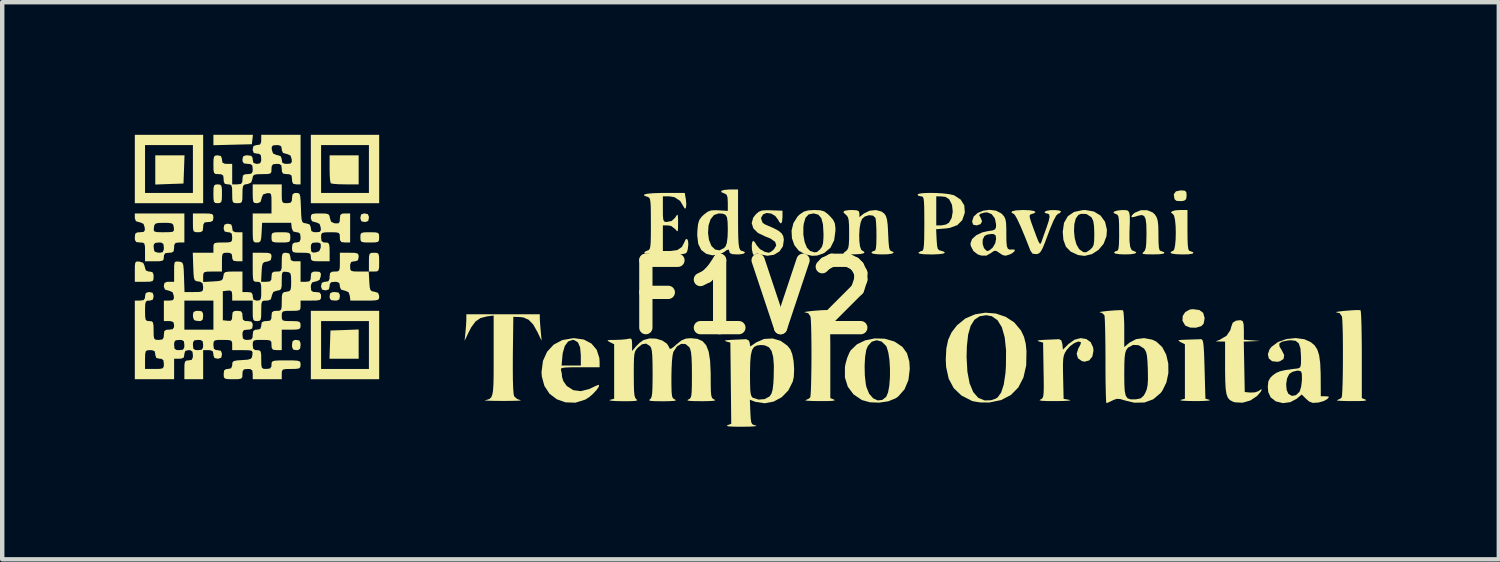
<source format=kicad_pcb>
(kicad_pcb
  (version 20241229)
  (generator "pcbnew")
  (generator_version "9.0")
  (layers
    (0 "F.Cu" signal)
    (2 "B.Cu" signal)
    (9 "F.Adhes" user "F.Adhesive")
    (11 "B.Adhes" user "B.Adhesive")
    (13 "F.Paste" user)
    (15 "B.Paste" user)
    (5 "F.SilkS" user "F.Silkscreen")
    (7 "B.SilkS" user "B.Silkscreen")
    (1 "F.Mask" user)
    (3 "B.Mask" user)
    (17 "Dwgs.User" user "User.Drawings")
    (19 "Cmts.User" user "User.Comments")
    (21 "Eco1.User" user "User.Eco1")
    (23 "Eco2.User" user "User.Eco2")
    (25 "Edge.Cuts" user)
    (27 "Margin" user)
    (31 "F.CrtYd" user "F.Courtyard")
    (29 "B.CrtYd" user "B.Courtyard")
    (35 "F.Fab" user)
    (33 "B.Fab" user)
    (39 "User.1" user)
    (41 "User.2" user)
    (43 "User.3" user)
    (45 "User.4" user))
  (footprint "F1V2"
    (layer "F.Cu")
    (at 13.956 3.673)
    (property "Reference" "F1V2" (at 0 0 0) (layer "F.SilkS") (effects (font (size 1.524 1.524) (thickness 0.3))))
    (attr board_only exclude_from_pos_files exclude_from_bom)
    (fp_poly (pts (xy -8.892 1.392) (xy -9.552 1.392) (xy -9.53 0.754) (xy -9.211 0.743) (xy -8.892 0.731)) (stroke (width 0) (type solid)) (fill yes) (layer "F.SilkS"))
    (fp_poly (pts (xy -12.843 -2.89) (xy -12.855 -2.571) (xy -13.174 -2.56) (xy -13.493 -2.548) (xy -13.493 -3.209) (xy -12.832 -3.209)) (stroke (width 0) (type solid)) (fill yes) (layer "F.SilkS"))
    (fp_poly (pts (xy -11.296 -3.566) (xy -11.308 -3.46) (xy -11.743 -3.449) (xy -12.178 -3.438) (xy -12.178 -3.673) (xy -11.284 -3.673)) (stroke (width 0) (type solid)) (fill yes) (layer "F.SilkS"))
    (fp_poly (pts (xy -12.41 -2.126) (xy -13.956 -2.126) (xy -13.956 -2.358) (xy -13.725 -2.358) (xy -12.642 -2.358) (xy -12.642 -3.441) (xy -13.725 -3.441) (xy -13.725 -2.358) (xy -13.956 -2.358) (xy -13.956 -3.673) (xy -12.41 -3.673)) (stroke (width 0) (type solid)) (fill yes) (layer "F.SilkS"))
    (fp_poly (pts (xy -8.428 -2.126) (xy -9.974 -2.126) (xy -9.974 -2.358) (xy -9.742 -2.358) (xy -8.66 -2.358) (xy -8.66 -3.441) (xy -9.742 -3.441) (xy -9.742 -2.358) (xy -9.974 -2.358) (xy -9.974 -3.673) (xy -8.428 -3.673)) (stroke (width 0) (type solid)) (fill yes) (layer "F.SilkS"))
    (fp_poly (pts (xy -8.428 1.856) (xy -9.974 1.856) (xy -9.974 1.624) (xy -9.742 1.624) (xy -8.66 1.624) (xy -8.66 0.541) (xy -9.742 0.541) (xy -9.742 1.624) (xy -9.974 1.624) (xy -9.974 0.309) (xy -8.428 0.309)) (stroke (width 0) (type solid)) (fill yes) (layer "F.SilkS"))
    (fp_poly (pts (xy 9.795 -2.41) (xy 9.832 -2.377) (xy 9.839 -2.3) (xy 9.829 -2.219) (xy 9.784 -2.183) (xy 9.713 -2.172) (xy 9.606 -2.18) (xy 9.565 -2.218) (xy 9.548 -2.327) (xy 9.597 -2.394) (xy 9.704 -2.416)) (stroke (width 0) (type solid)) (fill yes) (layer "F.SilkS"))
    (fp_poly (pts (xy -10.234 0.979) (xy -10.209 1.032) (xy -10.206 1.082) (xy -10.217 1.165) (xy -10.261 1.196) (xy -10.303 1.198) (xy -10.372 1.186) (xy -10.397 1.133) (xy -10.4 1.082) (xy -10.389 1) (xy -10.345 0.969) (xy -10.303 0.967)) (stroke (width 0) (type solid)) (fill yes) (layer "F.SilkS"))
    (fp_poly (pts (xy -9.35 -0.106) (xy -9.32 -0.061) (xy -9.317 -0.019) (xy -9.33 0.05) (xy -9.383 0.075) (xy -9.433 0.077) (xy -9.516 0.067) (xy -9.546 0.023) (xy -9.549 -0.019) (xy -9.537 -0.088) (xy -9.484 -0.114) (xy -9.433 -0.116)) (stroke (width 0) (type solid)) (fill yes) (layer "F.SilkS"))
    (fp_poly (pts (xy -8.892 -2.552) (xy -9.195 -2.552) (xy -9.341 -2.555) (xy -9.456 -2.563) (xy -9.519 -2.574) (xy -9.523 -2.577) (xy -9.536 -2.626) (xy -9.545 -2.731) (xy -9.549 -2.872) (xy -9.549 -2.906) (xy -9.549 -3.209) (xy -8.892 -3.209)) (stroke (width 0) (type solid)) (fill yes) (layer "F.SilkS"))
    (fp_poly (pts (xy -8.683 -1.878) (xy -8.66 -1.816) (xy -8.66 -1.798) (xy -8.676 -1.724) (xy -8.739 -1.701) (xy -8.757 -1.701) (xy -8.83 -1.717) (xy -8.853 -1.78) (xy -8.853 -1.798) (xy -8.837 -1.871) (xy -8.774 -1.894) (xy -8.757 -1.894)) (stroke (width 0) (type solid)) (fill yes) (layer "F.SilkS"))
    (fp_poly (pts (xy -12.444 0.319) (xy -12.414 0.364) (xy -12.41 0.425) (xy -12.421 0.509) (xy -12.465 0.539) (xy -12.5 0.541) (xy -12.581 0.531) (xy -12.616 0.515) (xy -12.637 0.46) (xy -12.642 0.399) (xy -12.628 0.335) (xy -12.571 0.311) (xy -12.526 0.309)) (stroke (width 0) (type solid)) (fill yes) (layer "F.SilkS"))
    (fp_poly (pts (xy 10.127 0.291) (xy 10.213 0.354) (xy 10.245 0.466) (xy 10.245 0.483) (xy 10.224 0.6) (xy 10.17 0.656) (xy 10.05 0.691) (xy 9.92 0.688) (xy 9.817 0.647) (xy 9.803 0.635) (xy 9.745 0.533) (xy 9.75 0.426) (xy 9.809 0.335) (xy 9.913 0.279) (xy 9.98 0.271)) (stroke (width 0) (type solid)) (fill yes) (layer "F.SilkS"))
    (fp_poly (pts (xy -12.026 -2.546) (xy -11.997 -2.517) (xy -11.986 -2.445) (xy -11.985 -2.339) (xy -11.987 -2.217) (xy -12.001 -2.154) (xy -12.033 -2.13) (xy -12.081 -2.126) (xy -12.137 -2.132) (xy -12.166 -2.161) (xy -12.176 -2.233) (xy -12.178 -2.339) (xy -12.176 -2.461) (xy -12.162 -2.524) (xy -12.13 -2.548) (xy -12.081 -2.552)) (stroke (width 0) (type solid)) (fill yes) (layer "F.SilkS"))
    (fp_poly (pts (xy -8.478 -1.002) (xy -8.443 -0.978) (xy -8.43 -0.916) (xy -8.428 -0.796) (xy -8.428 -0.793) (xy -8.43 -0.671) (xy -8.443 -0.608) (xy -8.477 -0.584) (xy -8.543 -0.58) (xy -8.546 -0.58) (xy -8.66 -0.58) (xy -8.66 -0.793) (xy -8.658 -0.914) (xy -8.645 -0.977) (xy -8.611 -1.001) (xy -8.546 -1.005) (xy -8.544 -1.005)) (stroke (width 0) (type solid)) (fill yes) (layer "F.SilkS"))
    (fp_poly (pts (xy -13.85 -0.805) (xy -13.767 -0.777) (xy -13.734 -0.704) (xy -13.732 -0.686) (xy -13.707 -0.606) (xy -13.644 -0.58) (xy -13.625 -0.58) (xy -13.558 -0.567) (xy -13.533 -0.512) (xy -13.531 -0.464) (xy -13.535 -0.398) (xy -13.558 -0.363) (xy -13.62 -0.35) (xy -13.741 -0.348) (xy -13.956 -0.348) (xy -13.956 -0.582) (xy -13.955 -0.712) (xy -13.945 -0.781) (xy -13.919 -0.807) (xy -13.867 -0.807)) (stroke (width 0) (type solid)) (fill yes) (layer "F.SilkS"))
    (fp_poly (pts (xy -12.281 -1.892) (xy -12.212 -1.881) (xy -12.184 -1.853) (xy -12.178 -1.801) (xy -12.178 -1.798) (xy -12.191 -1.729) (xy -12.244 -1.703) (xy -12.294 -1.701) (xy -12.376 -1.691) (xy -12.406 -1.646) (xy -12.41 -1.585) (xy -12.42 -1.503) (xy -12.465 -1.473) (xy -12.526 -1.469) (xy -12.592 -1.473) (xy -12.627 -1.496) (xy -12.64 -1.558) (xy -12.642 -1.678) (xy -12.642 -1.894) (xy -12.41 -1.894)) (stroke (width 0) (type solid)) (fill yes) (layer "F.SilkS"))
    (fp_poly (pts (xy -10.529 -1.467) (xy -10.466 -1.454) (xy -10.442 -1.42) (xy -10.438 -1.355) (xy -10.438 -1.353) (xy -10.442 -1.287) (xy -10.465 -1.252) (xy -10.528 -1.239) (xy -10.648 -1.237) (xy -10.651 -1.237) (xy -10.773 -1.239) (xy -10.836 -1.252) (xy -10.86 -1.286) (xy -10.864 -1.351) (xy -10.864 -1.353) (xy -10.86 -1.419) (xy -10.837 -1.454) (xy -10.774 -1.467) (xy -10.654 -1.469) (xy -10.651 -1.469)) (stroke (width 0) (type solid)) (fill yes) (layer "F.SilkS"))
    (fp_poly (pts (xy -8.519 -1.467) (xy -8.456 -1.454) (xy -8.432 -1.42) (xy -8.428 -1.355) (xy -8.428 -1.353) (xy -8.432 -1.287) (xy -8.455 -1.252) (xy -8.517 -1.239) (xy -8.637 -1.237) (xy -8.641 -1.237) (xy -8.762 -1.239) (xy -8.825 -1.252) (xy -8.849 -1.286) (xy -8.853 -1.351) (xy -8.853 -1.353) (xy -8.85 -1.419) (xy -8.826 -1.454) (xy -8.764 -1.467) (xy -8.644 -1.469) (xy -8.641 -1.469)) (stroke (width 0) (type solid)) (fill yes) (layer "F.SilkS"))
    (fp_poly (pts (xy 10.183 0.955) (xy 10.201 0.98) (xy 10.215 1.035) (xy 10.225 1.131) (xy 10.234 1.278) (xy 10.241 1.486) (xy 10.245 1.622) (xy 10.264 2.297) (xy 10.361 2.324) (xy 10.365 2.334) (xy 10.302 2.343) (xy 10.185 2.349) (xy 10.032 2.351) (xy 9.873 2.348) (xy 9.758 2.343) (xy 9.699 2.334) (xy 9.704 2.324) (xy 9.8 2.297) (xy 9.8 1.065) (xy 9.704 1.017) (xy 9.658 0.99) (xy 9.659 0.974) (xy 9.717 0.966) (xy 9.842 0.961) (xy 9.849 0.961) (xy 9.988 0.956) (xy 10.103 0.953) (xy 10.158 0.95)) (stroke (width 0) (type solid)) (fill yes) (layer "F.SilkS"))
    (fp_poly (pts (xy 9.858 -1.508) (xy 9.86 -1.306) (xy 9.866 -1.171) (xy 9.877 -1.09) (xy 9.895 -1.051) (xy 9.914 -1.044) (xy 9.98 -1.02) (xy 9.994 -1.005) (xy 9.972 -0.984) (xy 9.88 -0.97) (xy 9.745 -0.967) (xy 9.605 -0.972) (xy 9.508 -0.985) (xy 9.472 -1.005) (xy 9.472 -1.005) (xy 9.503 -1.039) (xy 9.53 -1.044) (xy 9.558 -1.079) (xy 9.578 -1.172) (xy 9.59 -1.304) (xy 9.594 -1.456) (xy 9.59 -1.609) (xy 9.577 -1.743) (xy 9.556 -1.84) (xy 9.53 -1.88) (xy 9.485 -1.913) (xy 9.507 -1.943) (xy 9.584 -1.965) (xy 9.687 -1.972) (xy 9.858 -1.972)) (stroke (width 0) (type solid)) (fill yes) (layer "F.SilkS"))
    (fp_poly (pts (xy 8.467 -1.969) (xy 8.513 -1.955) (xy 8.54 -1.915) (xy 8.553 -1.837) (xy 8.554 -1.709) (xy 8.548 -1.518) (xy 8.546 -1.483) (xy 8.546 -1.276) (xy 8.562 -1.138) (xy 8.598 -1.063) (xy 8.643 -1.044) (xy 8.693 -1.022) (xy 8.699 -1.005) (xy 8.663 -0.985) (xy 8.569 -0.971) (xy 8.447 -0.967) (xy 8.316 -0.972) (xy 8.226 -0.986) (xy 8.196 -1.005) (xy 8.227 -1.039) (xy 8.254 -1.044) (xy 8.28 -1.056) (xy 8.298 -1.102) (xy 8.307 -1.193) (xy 8.312 -1.342) (xy 8.312 -1.453) (xy 8.311 -1.636) (xy 8.306 -1.756) (xy 8.295 -1.827) (xy 8.274 -1.864) (xy 8.241 -1.881) (xy 8.231 -1.884) (xy 8.183 -1.909) (xy 8.199 -1.936) (xy 8.267 -1.959) (xy 8.375 -1.971) (xy 8.399 -1.971)) (stroke (width 0) (type solid)) (fill yes) (layer "F.SilkS"))
    (fp_poly (pts (xy 9.072 -1.916) (xy 9.121 -1.87) (xy 9.16 -1.809) (xy 9.184 -1.734) (xy 9.197 -1.627) (xy 9.201 -1.467) (xy 9.201 -1.406) (xy 9.204 -1.231) (xy 9.212 -1.121) (xy 9.228 -1.062) (xy 9.254 -1.044) (xy 9.257 -1.044) (xy 9.323 -1.02) (xy 9.337 -1.005) (xy 9.315 -0.984) (xy 9.222 -0.971) (xy 9.078 -0.968) (xy 8.935 -0.97) (xy 8.859 -0.977) (xy 8.838 -0.993) (xy 8.86 -1.018) (xy 8.863 -1.02) (xy 8.895 -1.057) (xy 8.916 -1.12) (xy 8.926 -1.223) (xy 8.93 -1.382) (xy 8.931 -1.446) (xy 8.927 -1.641) (xy 8.911 -1.768) (xy 8.877 -1.838) (xy 8.82 -1.859) (xy 8.733 -1.841) (xy 8.693 -1.827) (xy 8.609 -1.807) (xy 8.586 -1.828) (xy 8.628 -1.88) (xy 8.669 -1.912) (xy 8.802 -1.967) (xy 8.946 -1.968)) (stroke (width 0) (type solid)) (fill yes) (layer "F.SilkS"))
    (fp_poly (pts (xy 1.743 0.294) (xy 1.749 0.296) (xy 1.757 0.338) (xy 1.764 0.447) (xy 1.77 0.612) (xy 1.775 0.823) (xy 1.778 1.069) (xy 1.778 1.299) (xy 1.778 2.283) (xy 1.865 2.318) (xy 1.879 2.335) (xy 1.821 2.346) (xy 1.689 2.351) (xy 1.546 2.351) (xy 1.39 2.349) (xy 1.275 2.344) (xy 1.216 2.337) (xy 1.218 2.33) (xy 1.295 2.294) (xy 1.324 2.267) (xy 1.332 2.216) (xy 1.339 2.102) (xy 1.344 1.938) (xy 1.348 1.737) (xy 1.351 1.512) (xy 1.352 1.279) (xy 1.351 1.049) (xy 1.348 0.837) (xy 1.344 0.655) (xy 1.338 0.519) (xy 1.33 0.441) (xy 1.329 0.435) (xy 1.278 0.362) (xy 1.204 0.343) (xy 1.191 0.337) (xy 1.245 0.327) (xy 1.353 0.313) (xy 1.411 0.308) (xy 1.559 0.296) (xy 1.677 0.291)) (stroke (width 0) (type solid)) (fill yes) (layer "F.SilkS"))
    (fp_poly (pts (xy 13.766 0.294) (xy 13.773 0.296) (xy 13.781 0.338) (xy 13.788 0.447) (xy 13.794 0.612) (xy 13.798 0.823) (xy 13.801 1.069) (xy 13.802 1.299) (xy 13.802 2.283) (xy 13.889 2.318) (xy 13.902 2.335) (xy 13.844 2.346) (xy 13.713 2.351) (xy 13.57 2.351) (xy 13.413 2.349) (xy 13.299 2.344) (xy 13.24 2.337) (xy 13.241 2.33) (xy 13.319 2.294) (xy 13.347 2.267) (xy 13.355 2.216) (xy 13.362 2.102) (xy 13.368 1.938) (xy 13.372 1.737) (xy 13.374 1.512) (xy 13.375 1.279) (xy 13.374 1.049) (xy 13.372 0.837) (xy 13.367 0.655) (xy 13.361 0.519) (xy 13.354 0.441) (xy 13.352 0.435) (xy 13.302 0.362) (xy 13.227 0.343) (xy 13.215 0.337) (xy 13.268 0.327) (xy 13.377 0.313) (xy 13.435 0.308) (xy 13.583 0.296) (xy 13.7 0.291)) (stroke (width 0) (type solid)) (fill yes) (layer "F.SilkS"))
    (fp_poly (pts (xy 11.108 0.543) (xy 11.129 0.612) (xy 11.134 0.743) (xy 11.134 0.754) (xy 11.134 0.962) (xy 11.318 0.977) (xy 11.502 0.991) (xy 11.317 0.998) (xy 11.132 1.005) (xy 11.143 1.575) (xy 11.154 2.146) (xy 11.282 2.158) (xy 11.387 2.153) (xy 11.465 2.125) (xy 11.466 2.123) (xy 11.525 2.084) (xy 11.539 2.094) (xy 11.514 2.141) (xy 11.453 2.213) (xy 11.427 2.24) (xy 11.279 2.338) (xy 11.105 2.387) (xy 10.935 2.379) (xy 10.876 2.36) (xy 10.815 2.325) (xy 10.771 2.273) (xy 10.741 2.192) (xy 10.722 2.071) (xy 10.713 1.898) (xy 10.709 1.662) (xy 10.709 1.588) (xy 10.709 1.005) (xy 10.603 1.003) (xy 10.496 1) (xy 10.592 0.962) (xy 10.743 0.872) (xy 10.829 0.743) (xy 10.847 0.675) (xy 10.881 0.579) (xy 10.949 0.535) (xy 10.973 0.529) (xy 11.059 0.52)) (stroke (width 0) (type solid)) (fill yes) (layer "F.SilkS"))
    (fp_poly (pts (xy 7.74 -1.938) (xy 7.892 -1.846) (xy 7.994 -1.704) (xy 8.036 -1.525) (xy 8.026 -1.38) (xy 7.961 -1.208) (xy 7.845 -1.069) (xy 7.696 -0.974) (xy 7.53 -0.934) (xy 7.384 -0.953) (xy 7.216 -1.031) (xy 7.108 -1.141) (xy 7.051 -1.297) (xy 7.036 -1.478) (xy 7.039 -1.498) (xy 7.291 -1.498) (xy 7.307 -1.337) (xy 7.346 -1.193) (xy 7.407 -1.089) (xy 7.424 -1.074) (xy 7.503 -1.019) (xy 7.565 -1.015) (xy 7.641 -1.064) (xy 7.66 -1.079) (xy 7.707 -1.126) (xy 7.735 -1.183) (xy 7.747 -1.274) (xy 7.75 -1.417) (xy 7.75 -1.444) (xy 7.744 -1.61) (xy 7.727 -1.72) (xy 7.695 -1.792) (xy 7.676 -1.815) (xy 7.571 -1.882) (xy 7.451 -1.886) (xy 7.391 -1.861) (xy 7.332 -1.782) (xy 7.299 -1.654) (xy 7.291 -1.498) (xy 7.039 -1.498) (xy 7.065 -1.681) (xy 7.151 -1.831) (xy 7.292 -1.928) (xy 7.487 -1.97) (xy 7.547 -1.972)) (stroke (width 0) (type solid)) (fill yes) (layer "F.SilkS"))
    (fp_poly (pts (xy -4.794 0.474) (xy -4.79 0.561) (xy -4.78 0.69) (xy -4.773 0.773) (xy -4.753 0.986) (xy -4.845 0.793) (xy -4.943 0.619) (xy -5.046 0.511) (xy -5.165 0.459) (xy -5.247 0.449) (xy -5.393 0.445) (xy -5.404 1.306) (xy -5.405 1.607) (xy -5.403 1.858) (xy -5.397 2.053) (xy -5.387 2.183) (xy -5.375 2.241) (xy -5.309 2.302) (xy -5.229 2.331) (xy -5.225 2.337) (xy -5.288 2.342) (xy -5.406 2.345) (xy -5.571 2.347) (xy -5.625 2.347) (xy -5.802 2.346) (xy -5.937 2.343) (xy -6.019 2.338) (xy -6.038 2.332) (xy -6.031 2.33) (xy -5.972 2.317) (xy -5.926 2.298) (xy -5.892 2.263) (xy -5.868 2.203) (xy -5.852 2.109) (xy -5.843 1.971) (xy -5.839 1.78) (xy -5.838 1.527) (xy -5.838 1.324) (xy -5.838 0.415) (xy -5.995 0.436) (xy -6.137 0.473) (xy -6.249 0.55) (xy -6.345 0.681) (xy -6.403 0.793) (xy -6.496 0.986) (xy -6.476 0.797) (xy -6.464 0.659) (xy -6.457 0.534) (xy -6.456 0.497) (xy -6.456 0.387) (xy -4.794 0.387)) (stroke (width 0) (type solid)) (fill yes) (layer "F.SilkS"))
    (fp_poly (pts (xy 1.55 -1.966) (xy 1.639 -1.941) (xy 1.718 -1.883) (xy 1.763 -1.84) (xy 1.842 -1.751) (xy 1.881 -1.669) (xy 1.894 -1.558) (xy 1.894 -1.502) (xy 1.865 -1.287) (xy 1.781 -1.118) (xy 1.645 -1.003) (xy 1.605 -0.984) (xy 1.48 -0.942) (xy 1.367 -0.936) (xy 1.227 -0.966) (xy 1.211 -0.97) (xy 1.067 -1.048) (xy 0.966 -1.175) (xy 0.91 -1.333) (xy 0.906 -1.412) (xy 1.168 -1.412) (xy 1.197 -1.248) (xy 1.249 -1.12) (xy 1.319 -1.047) (xy 1.326 -1.044) (xy 1.417 -1.014) (xy 1.476 -1.022) (xy 1.54 -1.076) (xy 1.546 -1.082) (xy 1.589 -1.14) (xy 1.613 -1.219) (xy 1.623 -1.342) (xy 1.624 -1.441) (xy 1.612 -1.647) (xy 1.575 -1.786) (xy 1.508 -1.866) (xy 1.407 -1.894) (xy 1.394 -1.894) (xy 1.287 -1.872) (xy 1.218 -1.798) (xy 1.178 -1.662) (xy 1.169 -1.593) (xy 1.168 -1.412) (xy 0.906 -1.412) (xy 0.901 -1.505) (xy 0.943 -1.675) (xy 1.037 -1.825) (xy 1.086 -1.872) (xy 1.178 -1.935) (xy 1.281 -1.964) (xy 1.418 -1.972)) (stroke (width 0) (type solid)) (fill yes) (layer "F.SilkS"))
    (fp_poly (pts (xy 3.003 0.939) (xy 3.213 0.998) (xy 3.248 1.015) (xy 3.41 1.125) (xy 3.513 1.269) (xy 3.566 1.458) (xy 3.576 1.624) (xy 3.545 1.875) (xy 3.457 2.085) (xy 3.315 2.246) (xy 3.256 2.288) (xy 3.088 2.356) (xy 2.883 2.386) (xy 2.675 2.378) (xy 2.495 2.328) (xy 2.491 2.326) (xy 2.303 2.199) (xy 2.174 2.026) (xy 2.108 1.816) (xy 2.109 1.577) (xy 2.113 1.556) (xy 2.554 1.556) (xy 2.559 1.772) (xy 2.581 1.966) (xy 2.595 2.033) (xy 2.657 2.185) (xy 2.747 2.288) (xy 2.851 2.336) (xy 2.957 2.323) (xy 3.043 2.253) (xy 3.084 2.157) (xy 3.112 2.005) (xy 3.127 1.818) (xy 3.128 1.617) (xy 3.116 1.42) (xy 3.09 1.25) (xy 3.052 1.126) (xy 3.039 1.102) (xy 2.939 1.004) (xy 2.826 0.974) (xy 2.717 1.007) (xy 2.629 1.102) (xy 2.592 1.189) (xy 2.565 1.351) (xy 2.554 1.556) (xy 2.113 1.556) (xy 2.12 1.516) (xy 2.159 1.375) (xy 2.213 1.247) (xy 2.241 1.201) (xy 2.38 1.067) (xy 2.566 0.977) (xy 2.781 0.933)) (stroke (width 0) (type solid)) (fill yes) (layer "F.SilkS"))
    (fp_poly (pts (xy 0.444 -1.965) (xy 0.696 -1.956) (xy 0.696 -1.809) (xy 0.686 -1.702) (xy 0.66 -1.666) (xy 0.621 -1.705) (xy 0.599 -1.749) (xy 0.531 -1.839) (xy 0.439 -1.892) (xy 0.341 -1.905) (xy 0.26 -1.876) (xy 0.216 -1.806) (xy 0.213 -1.774) (xy 0.246 -1.683) (xy 0.306 -1.643) (xy 0.486 -1.566) (xy 0.605 -1.503) (xy 0.676 -1.445) (xy 0.713 -1.381) (xy 0.727 -1.301) (xy 0.727 -1.3) (xy 0.706 -1.151) (xy 0.627 -1.034) (xy 0.503 -0.959) (xy 0.352 -0.937) (xy 0.215 -0.965) (xy 0.125 -0.989) (xy 0.078 -0.968) (xy 0.076 -0.965) (xy 0.045 -0.951) (xy 0.025 -0.986) (xy 0.005 -1.072) (xy 0.001 -1.169) (xy 0.011 -1.246) (xy 0.032 -1.276) (xy 0.07 -1.245) (xy 0.109 -1.178) (xy 0.184 -1.089) (xy 0.297 -1.024) (xy 0.389 -1.005) (xy 0.44 -1.03) (xy 0.503 -1.083) (xy 0.555 -1.17) (xy 0.53 -1.251) (xy 0.428 -1.325) (xy 0.31 -1.372) (xy 0.141 -1.453) (xy 0.037 -1.556) (xy -0.000281 -1.674) (xy 0.033 -1.798) (xy 0.096 -1.878) (xy 0.158 -1.931) (xy 0.227 -1.959) (xy 0.327 -1.967)) (stroke (width 0) (type solid)) (fill yes) (layer "F.SilkS"))
    (fp_poly (pts (xy -3.797 0.959) (xy -3.626 1.049) (xy -3.507 1.19) (xy -3.447 1.376) (xy -3.441 1.468) (xy -3.441 1.585) (xy -3.89 1.585) (xy -4.082 1.586) (xy -4.21 1.591) (xy -4.283 1.6) (xy -4.315 1.617) (xy -4.316 1.642) (xy -4.315 1.646) (xy -4.296 1.733) (xy -4.291 1.804) (xy -4.263 1.897) (xy -4.192 1.999) (xy -4.178 2.013) (xy -4.036 2.104) (xy -3.867 2.126) (xy -3.675 2.077) (xy -3.616 2.05) (xy -3.523 2.005) (xy -3.464 1.983) (xy -3.455 1.983) (xy -3.46 2.027) (xy -3.51 2.1) (xy -3.589 2.185) (xy -3.68 2.264) (xy -3.765 2.317) (xy -3.989 2.387) (xy -4.214 2.379) (xy -4.409 2.31) (xy -4.574 2.185) (xy -4.69 2.008) (xy -4.749 1.792) (xy -4.755 1.692) (xy -4.736 1.546) (xy -4.301 1.546) (xy -3.866 1.546) (xy -3.866 1.317) (xy -3.882 1.136) (xy -3.932 1.022) (xy -4.016 0.97) (xy -4.056 0.967) (xy -4.154 1.003) (xy -4.229 1.105) (xy -4.275 1.263) (xy -4.283 1.334) (xy -4.301 1.546) (xy -4.736 1.546) (xy -4.723 1.442) (xy -4.629 1.234) (xy -4.482 1.075) (xy -4.286 0.971) (xy -4.048 0.929) (xy -4.013 0.928)) (stroke (width 0) (type solid)) (fill yes) (layer "F.SilkS"))
    (fp_poly (pts (xy 5.523 0.37) (xy 5.744 0.444) (xy 5.938 0.57) (xy 6.088 0.749) (xy 6.094 0.759) (xy 6.16 0.897) (xy 6.199 1.052) (xy 6.216 1.218) (xy 6.21 1.542) (xy 6.147 1.818) (xy 6.031 2.043) (xy 5.863 2.213) (xy 5.645 2.327) (xy 5.38 2.382) (xy 5.356 2.383) (xy 5.167 2.381) (xy 5.006 2.354) (xy 4.977 2.344) (xy 4.744 2.224) (xy 4.57 2.058) (xy 4.456 1.844) (xy 4.398 1.58) (xy 4.39 1.411) (xy 4.393 1.355) (xy 4.861 1.355) (xy 4.879 1.684) (xy 4.929 1.948) (xy 5.011 2.146) (xy 5.124 2.276) (xy 5.267 2.336) (xy 5.412 2.332) (xy 5.509 2.3) (xy 5.563 2.268) (xy 5.643 2.158) (xy 5.702 1.976) (xy 5.74 1.722) (xy 5.751 1.561) (xy 5.754 1.202) (xy 5.723 0.908) (xy 5.659 0.681) (xy 5.561 0.521) (xy 5.431 0.43) (xy 5.303 0.408) (xy 5.154 0.433) (xy 5.038 0.512) (xy 4.953 0.649) (xy 4.896 0.848) (xy 4.867 1.114) (xy 4.861 1.355) (xy 4.393 1.355) (xy 4.403 1.16) (xy 4.445 0.962) (xy 4.522 0.795) (xy 4.642 0.639) (xy 4.647 0.634) (xy 4.835 0.481) (xy 5.053 0.388) (xy 5.288 0.351)) (stroke (width 0) (type solid)) (fill yes) (layer "F.SilkS"))
    (fp_poly (pts (xy 6.294 -1.966) (xy 6.388 -1.949) (xy 6.421 -1.926) (xy 6.387 -1.898) (xy 6.34 -1.883) (xy 6.303 -1.87) (xy 6.287 -1.845) (xy 6.293 -1.792) (xy 6.322 -1.698) (xy 6.377 -1.546) (xy 6.378 -1.544) (xy 6.441 -1.374) (xy 6.484 -1.267) (xy 6.513 -1.215) (xy 6.533 -1.207) (xy 6.549 -1.235) (xy 6.551 -1.241) (xy 6.573 -1.303) (xy 6.612 -1.414) (xy 6.661 -1.552) (xy 6.666 -1.563) (xy 6.718 -1.721) (xy 6.739 -1.82) (xy 6.728 -1.874) (xy 6.686 -1.893) (xy 6.664 -1.894) (xy 6.626 -1.914) (xy 6.63 -1.933) (xy 6.678 -1.956) (xy 6.767 -1.969) (xy 6.868 -1.97) (xy 6.955 -1.961) (xy 6.997 -1.94) (xy 6.998 -1.936) (xy 6.966 -1.899) (xy 6.933 -1.888) (xy 6.887 -1.844) (xy 6.825 -1.726) (xy 6.745 -1.535) (xy 6.706 -1.43) (xy 6.636 -1.242) (xy 6.584 -1.115) (xy 6.542 -1.037) (xy 6.504 -0.995) (xy 6.462 -0.977) (xy 6.442 -0.974) (xy 6.355 -0.983) (xy 6.306 -1.05) (xy 6.306 -1.051) (xy 6.186 -1.356) (xy 6.087 -1.593) (xy 6.009 -1.761) (xy 5.954 -1.858) (xy 5.929 -1.882) (xy 5.875 -1.916) (xy 5.891 -1.943) (xy 5.973 -1.963) (xy 6.114 -1.971) (xy 6.147 -1.972)) (stroke (width 0) (type solid)) (fill yes) (layer "F.SilkS"))
    (fp_poly (pts (xy 7.568 0.946) (xy 7.668 1.018) (xy 7.724 1.137) (xy 7.732 1.212) (xy 7.705 1.345) (xy 7.634 1.431) (xy 7.53 1.459) (xy 7.47 1.446) (xy 7.38 1.382) (xy 7.351 1.281) (xy 7.388 1.16) (xy 7.404 1.135) (xy 7.442 1.059) (xy 7.445 1.014) (xy 7.444 1.014) (xy 7.386 1.004) (xy 7.298 1.039) (xy 7.203 1.107) (xy 7.124 1.195) (xy 7.123 1.197) (xy 7.086 1.257) (xy 7.061 1.319) (xy 7.047 1.398) (xy 7.041 1.511) (xy 7.042 1.674) (xy 7.045 1.815) (xy 7.056 2.3) (xy 7.191 2.324) (xy 7.209 2.334) (xy 7.159 2.342) (xy 7.051 2.348) (xy 6.894 2.351) (xy 6.882 2.351) (xy 6.683 2.35) (xy 6.56 2.344) (xy 6.511 2.332) (xy 6.525 2.318) (xy 6.558 2.303) (xy 6.581 2.279) (xy 6.596 2.236) (xy 6.604 2.161) (xy 6.607 2.043) (xy 6.606 1.87) (xy 6.602 1.655) (xy 6.592 1.028) (xy 6.495 1.001) (xy 6.464 0.985) (xy 6.503 0.974) (xy 6.616 0.965) (xy 6.64 0.964) (xy 6.779 0.958) (xy 6.894 0.953) (xy 6.949 0.95) (xy 7.003 0.975) (xy 7.028 1.061) (xy 7.029 1.067) (xy 7.04 1.187) (xy 7.17 1.057) (xy 7.304 0.962) (xy 7.442 0.926)) (stroke (width 0) (type solid)) (fill yes) (layer "F.SilkS"))
    (fp_poly (pts (xy 4.165 -2.357) (xy 4.32 -2.348) (xy 4.458 -2.332) (xy 4.561 -2.31) (xy 4.58 -2.304) (xy 4.727 -2.208) (xy 4.809 -2.077) (xy 4.821 -1.916) (xy 4.819 -1.905) (xy 4.762 -1.741) (xy 4.65 -1.629) (xy 4.48 -1.567) (xy 4.389 -1.555) (xy 4.172 -1.537) (xy 4.183 -1.3) (xy 4.193 -1.168) (xy 4.209 -1.095) (xy 4.241 -1.061) (xy 4.282 -1.051) (xy 4.35 -1.028) (xy 4.369 -1.002) (xy 4.333 -0.986) (xy 4.238 -0.973) (xy 4.103 -0.967) (xy 4.057 -0.967) (xy 3.894 -0.971) (xy 3.796 -0.984) (xy 3.769 -1.004) (xy 3.769 -1.005) (xy 3.825 -1.041) (xy 3.849 -1.044) (xy 3.87 -1.056) (xy 3.886 -1.098) (xy 3.896 -1.18) (xy 3.902 -1.313) (xy 3.904 -1.507) (xy 3.905 -1.662) (xy 3.904 -1.894) (xy 3.902 -2.059) (xy 3.896 -2.169) (xy 3.886 -2.235) (xy 3.87 -2.268) (xy 3.847 -2.28) (xy 3.827 -2.281) (xy 4.175 -2.281) (xy 4.175 -1.624) (xy 4.289 -1.624) (xy 4.392 -1.643) (xy 4.461 -1.683) (xy 4.523 -1.791) (xy 4.548 -1.935) (xy 4.532 -2.08) (xy 4.523 -2.107) (xy 4.465 -2.217) (xy 4.384 -2.269) (xy 4.282 -2.28) (xy 4.175 -2.281) (xy 3.827 -2.281) (xy 3.765 -2.297) (xy 3.75 -2.32) (xy 3.785 -2.341) (xy 3.879 -2.354) (xy 4.012 -2.359)) (stroke (width 0) (type solid)) (fill yes) (layer "F.SilkS"))
    (fp_poly (pts (xy -8.983 -1.003) (xy -8.919 -0.989) (xy -8.895 -0.957) (xy -8.892 -0.909) (xy -8.908 -0.835) (xy -8.971 -0.812) (xy -8.989 -0.812) (xy -9.058 -0.799) (xy -9.083 -0.746) (xy -9.085 -0.696) (xy -9.082 -0.63) (xy -9.058 -0.595) (xy -8.996 -0.582) (xy -8.876 -0.58) (xy -8.873 -0.58) (xy -8.664 -0.58) (xy -8.652 -0.358) (xy -8.643 -0.232) (xy -8.626 -0.164) (xy -8.591 -0.134) (xy -8.534 -0.123) (xy -8.454 -0.098) (xy -8.429 -0.035) (xy -8.428 -0.017) (xy -8.431 0.029) (xy -8.452 0.057) (xy -8.504 0.071) (xy -8.605 0.077) (xy -8.754 0.077) (xy -9.08 0.077) (xy -9.092 -0.029) (xy -9.12 -0.112) (xy -9.193 -0.145) (xy -9.211 -0.148) (xy -9.291 -0.172) (xy -9.317 -0.235) (xy -9.317 -0.254) (xy -9.33 -0.321) (xy -9.385 -0.346) (xy -9.433 -0.348) (xy -9.516 -0.338) (xy -9.546 -0.293) (xy -9.549 -0.251) (xy -9.565 -0.178) (xy -9.628 -0.155) (xy -9.646 -0.155) (xy -9.719 -0.171) (xy -9.742 -0.233) (xy -9.742 -0.251) (xy -9.726 -0.325) (xy -9.664 -0.348) (xy -9.646 -0.348) (xy -9.577 -0.36) (xy -9.551 -0.413) (xy -9.549 -0.464) (xy -9.54 -0.546) (xy -9.494 -0.576) (xy -9.433 -0.58) (xy -9.367 -0.583) (xy -9.332 -0.607) (xy -9.319 -0.669) (xy -9.317 -0.789) (xy -9.317 -1.005) (xy -9.105 -1.005)) (stroke (width 0) (type solid)) (fill yes) (layer "F.SilkS"))
    (fp_poly (pts (xy -0.309 -1.801) (xy -0.308 -1.539) (xy -0.304 -1.344) (xy -0.296 -1.207) (xy -0.282 -1.119) (xy -0.261 -1.069) (xy -0.233 -1.047) (xy -0.208 -1.044) (xy -0.16 -1.022) (xy -0.155 -1.005) (xy -0.189 -0.982) (xy -0.277 -0.968) (xy -0.329 -0.967) (xy -0.443 -0.974) (xy -0.496 -1) (xy -0.503 -1.025) (xy -0.519 -1.077) (xy -0.57 -1.063) (xy -0.618 -1.025) (xy -0.741 -0.961) (xy -0.892 -0.947) (xy -1.028 -0.981) (xy -1.142 -1.068) (xy -1.21 -1.206) (xy -1.233 -1.401) (xy -1.231 -1.451) (xy -0.988 -1.451) (xy -0.967 -1.296) (xy -0.911 -1.158) (xy -0.826 -1.077) (xy -0.727 -1.06) (xy -0.626 -1.112) (xy -0.59 -1.152) (xy -0.563 -1.227) (xy -0.546 -1.365) (xy -0.541 -1.53) (xy -0.545 -1.7) (xy -0.56 -1.807) (xy -0.596 -1.865) (xy -0.66 -1.89) (xy -0.751 -1.894) (xy -0.853 -1.859) (xy -0.93 -1.764) (xy -0.977 -1.623) (xy -0.988 -1.451) (xy -1.231 -1.451) (xy -1.229 -1.513) (xy -1.214 -1.654) (xy -1.186 -1.746) (xy -1.134 -1.818) (xy -1.085 -1.865) (xy -0.999 -1.932) (xy -0.919 -1.963) (xy -0.81 -1.968) (xy -0.749 -1.965) (xy -0.541 -1.952) (xy -0.541 -2.14) (xy -0.547 -2.257) (xy -0.569 -2.319) (xy -0.616 -2.346) (xy -0.619 -2.347) (xy -0.688 -2.376) (xy -0.688 -2.405) (xy -0.626 -2.426) (xy -0.51 -2.436) (xy -0.503 -2.436) (xy -0.309 -2.436)) (stroke (width 0) (type solid)) (fill yes) (layer "F.SilkS"))
    (fp_poly (pts (xy 2.374 -1.966) (xy 2.423 -1.944) (xy 2.436 -1.895) (xy 2.436 -1.892) (xy 2.436 -1.811) (xy 2.537 -1.892) (xy 2.667 -1.956) (xy 2.81 -1.971) (xy 2.939 -1.936) (xy 3 -1.89) (xy 3.036 -1.836) (xy 3.06 -1.757) (xy 3.076 -1.637) (xy 3.086 -1.458) (xy 3.087 -1.426) (xy 3.096 -1.243) (xy 3.108 -1.126) (xy 3.127 -1.063) (xy 3.153 -1.044) (xy 3.154 -1.044) (xy 3.204 -1.022) (xy 3.209 -1.005) (xy 3.173 -0.985) (xy 3.079 -0.971) (xy 2.958 -0.967) (xy 2.826 -0.972) (xy 2.736 -0.986) (xy 2.706 -1.005) (xy 2.738 -1.039) (xy 2.764 -1.044) (xy 2.793 -1.057) (xy 2.81 -1.107) (xy 2.819 -1.206) (xy 2.822 -1.368) (xy 2.822 -1.389) (xy 2.82 -1.55) (xy 2.813 -1.687) (xy 2.803 -1.777) (xy 2.799 -1.795) (xy 2.744 -1.845) (xy 2.655 -1.855) (xy 2.56 -1.826) (xy 2.496 -1.77) (xy 2.463 -1.686) (xy 2.441 -1.56) (xy 2.432 -1.414) (xy 2.435 -1.269) (xy 2.45 -1.148) (xy 2.478 -1.072) (xy 2.494 -1.058) (xy 2.551 -1.023) (xy 2.538 -0.995) (xy 2.459 -0.976) (xy 2.32 -0.969) (xy 2.291 -0.969) (xy 2.155 -0.971) (xy 2.085 -0.977) (xy 2.071 -0.992) (xy 2.1 -1.019) (xy 2.117 -1.031) (xy 2.158 -1.066) (xy 2.183 -1.113) (xy 2.197 -1.19) (xy 2.203 -1.313) (xy 2.204 -1.452) (xy 2.202 -1.625) (xy 2.194 -1.738) (xy 2.177 -1.807) (xy 2.148 -1.849) (xy 2.127 -1.867) (xy 2.074 -1.919) (xy 2.094 -1.953) (xy 2.187 -1.969) (xy 2.268 -1.972)) (stroke (width 0) (type solid)) (fill yes) (layer "F.SilkS"))
    (fp_poly (pts (xy 0.653 0.987) (xy 0.808 1.098) (xy 0.872 1.177) (xy 0.918 1.292) (xy 0.948 1.453) (xy 0.96 1.633) (xy 0.952 1.802) (xy 0.929 1.909) (xy 0.828 2.11) (xy 0.679 2.263) (xy 0.497 2.362) (xy 0.295 2.4) (xy 0.086 2.368) (xy 0.059 2.359) (xy -0.042 2.32) (xy -0.031 2.6) (xy -0.023 2.745) (xy -0.011 2.83) (xy 0.013 2.874) (xy 0.057 2.895) (xy 0.097 2.904) (xy 0.108 2.914) (xy 0.052 2.923) (xy -0.06 2.929) (xy -0.213 2.931) (xy -0.405 2.93) (xy -0.522 2.923) (xy -0.566 2.912) (xy -0.55 2.898) (xy -0.463 2.863) (xy -0.475 1.746) (xy -0.039 1.746) (xy -0.037 1.953) (xy -0.033 2.096) (xy -0.023 2.188) (xy -0.005 2.242) (xy 0.02 2.272) (xy 0.029 2.278) (xy 0.156 2.317) (xy 0.29 2.306) (xy 0.399 2.249) (xy 0.41 2.238) (xy 0.448 2.179) (xy 0.473 2.091) (xy 0.489 1.957) (xy 0.497 1.811) (xy 0.501 1.549) (xy 0.486 1.354) (xy 0.45 1.218) (xy 0.389 1.133) (xy 0.299 1.091) (xy 0.212 1.082) (xy 0.12 1.092) (xy 0.053 1.126) (xy 0.008 1.195) (xy -0.02 1.31) (xy -0.034 1.481) (xy -0.039 1.717) (xy -0.039 1.746) (xy -0.475 1.746) (xy -0.483 1.028) (xy -0.58 1.001) (xy -0.611 0.985) (xy -0.572 0.974) (xy -0.459 0.965) (xy -0.435 0.964) (xy -0.296 0.958) (xy -0.181 0.953) (xy -0.126 0.95) (xy -0.065 0.981) (xy -0.046 1.031) (xy -0.034 1.116) (xy 0.104 1.022) (xy 0.281 0.945) (xy 0.471 0.934)) (stroke (width 0) (type solid)) (fill yes) (layer "F.SilkS"))
    (fp_poly (pts (xy 5.523 -1.958) (xy 5.643 -1.897) (xy 5.666 -1.877) (xy 5.711 -1.825) (xy 5.739 -1.766) (xy 5.754 -1.683) (xy 5.76 -1.554) (xy 5.76 -1.432) (xy 5.762 -1.261) (xy 5.772 -1.154) (xy 5.794 -1.097) (xy 5.835 -1.076) (xy 5.9 -1.079) (xy 5.905 -1.08) (xy 5.953 -1.072) (xy 5.944 -1.037) (xy 5.889 -0.992) (xy 5.836 -0.966) (xy 5.744 -0.938) (xy 5.673 -0.954) (xy 5.612 -0.995) (xy 5.537 -1.045) (xy 5.487 -1.049) (xy 5.426 -1.009) (xy 5.416 -1) (xy 5.309 -0.94) (xy 5.195 -0.941) (xy 5.115 -0.967) (xy 5.016 -1.043) (xy 4.956 -1.16) (xy 4.95 -1.203) (xy 5.224 -1.203) (xy 5.255 -1.109) (xy 5.311 -1.051) (xy 5.343 -1.044) (xy 5.39 -1.069) (xy 5.451 -1.121) (xy 5.509 -1.219) (xy 5.528 -1.314) (xy 5.519 -1.397) (xy 5.474 -1.427) (xy 5.42 -1.43) (xy 5.324 -1.415) (xy 5.266 -1.384) (xy 5.226 -1.303) (xy 5.224 -1.203) (xy 4.95 -1.203) (xy 4.949 -1.217) (xy 4.984 -1.314) (xy 5.08 -1.401) (xy 5.218 -1.466) (xy 5.332 -1.492) (xy 5.447 -1.51) (xy 5.505 -1.534) (xy 5.526 -1.581) (xy 5.528 -1.648) (xy 5.501 -1.783) (xy 5.429 -1.878) (xy 5.326 -1.919) (xy 5.264 -1.914) (xy 5.172 -1.886) (xy 5.145 -1.856) (xy 5.172 -1.809) (xy 5.179 -1.799) (xy 5.211 -1.717) (xy 5.177 -1.652) (xy 5.089 -1.624) (xy 5.085 -1.624) (xy 5.011 -1.639) (xy 4.988 -1.701) (xy 4.987 -1.718) (xy 5.021 -1.823) (xy 5.111 -1.905) (xy 5.237 -1.957) (xy 5.381 -1.976)) (stroke (width 0) (type solid)) (fill yes) (layer "F.SilkS"))
    (fp_poly (pts (xy -12.835 -1.237) (xy -12.951 -1.237) (xy -13.033 -1.228) (xy -13.064 -1.182) (xy -13.067 -1.121) (xy -13.077 -1.039) (xy -13.122 -1.009) (xy -13.183 -1.005) (xy -13.266 -0.995) (xy -13.296 -0.951) (xy -13.299 -0.909) (xy -13.305 -0.853) (xy -13.334 -0.824) (xy -13.406 -0.813) (xy -13.512 -0.812) (xy -13.725 -0.812) (xy -13.725 -1.025) (xy -13.726 -1.146) (xy -13.727 -1.147) (xy -13.531 -1.147) (xy -13.521 -1.066) (xy -13.505 -1.031) (xy -13.45 -1.011) (xy -13.389 -1.005) (xy -13.325 -1.019) (xy -13.301 -1.076) (xy -13.299 -1.121) (xy -13.309 -1.203) (xy -13.354 -1.234) (xy -13.415 -1.237) (xy -13.499 -1.226) (xy -13.529 -1.182) (xy -13.531 -1.147) (xy -13.727 -1.147) (xy -13.739 -1.209) (xy -13.773 -1.233) (xy -13.839 -1.237) (xy -13.84 -1.237) (xy -13.923 -1.247) (xy -13.953 -1.292) (xy -13.956 -1.353) (xy -13.947 -1.435) (xy -13.903 -1.465) (xy -13.838 -1.469) (xy -13.756 -1.477) (xy -13.729 -1.515) (xy -13.729 -1.517) (xy -13.528 -1.517) (xy -13.51 -1.485) (xy -13.453 -1.472) (xy -13.341 -1.469) (xy -13.299 -1.469) (xy -13.169 -1.471) (xy -13.099 -1.48) (xy -13.073 -1.506) (xy -13.072 -1.557) (xy -13.074 -1.575) (xy -13.086 -1.636) (xy -13.118 -1.668) (xy -13.189 -1.68) (xy -13.299 -1.682) (xy -13.421 -1.679) (xy -13.486 -1.665) (xy -13.514 -1.63) (xy -13.524 -1.575) (xy -13.528 -1.517) (xy -13.729 -1.517) (xy -13.732 -1.575) (xy -13.759 -1.658) (xy -13.832 -1.692) (xy -13.85 -1.694) (xy -13.93 -1.719) (xy -13.956 -1.782) (xy -13.956 -1.8) (xy -13.956 -1.894) (xy -12.835 -1.894)) (stroke (width 0) (type solid)) (fill yes) (layer "F.SilkS"))
    (fp_poly (pts (xy -1.488 -2.201) (xy -1.48 -2.103) (xy -1.487 -2.03) (xy -1.506 -1.999) (xy -1.53 -2.026) (xy -1.535 -2.037) (xy -1.62 -2.179) (xy -1.748 -2.262) (xy -1.859 -2.281) (xy -2.01 -2.281) (xy -2.01 -1.991) (xy -2.009 -1.843) (xy -2.001 -1.757) (xy -1.982 -1.715) (xy -1.948 -1.702) (xy -1.923 -1.702) (xy -1.812 -1.723) (xy -1.733 -1.798) (xy -1.709 -1.836) (xy -1.685 -1.867) (xy -1.671 -1.846) (xy -1.666 -1.764) (xy -1.666 -1.682) (xy -1.667 -1.556) (xy -1.674 -1.496) (xy -1.691 -1.492) (xy -1.723 -1.531) (xy -1.727 -1.537) (xy -1.823 -1.611) (xy -1.899 -1.624) (xy -2.01 -1.624) (xy -2.01 -1.044) (xy -1.839 -1.044) (xy -1.682 -1.066) (xy -1.579 -1.136) (xy -1.527 -1.237) (xy -1.493 -1.31) (xy -1.462 -1.317) (xy -1.441 -1.274) (xy -1.434 -1.193) (xy -1.447 -1.087) (xy -1.455 -1.054) (xy -1.468 -1.017) (xy -1.493 -0.993) (xy -1.544 -0.978) (xy -1.633 -0.97) (xy -1.775 -0.967) (xy -1.957 -0.967) (xy -2.139 -0.969) (xy -2.289 -0.976) (xy -2.393 -0.987) (xy -2.435 -0.999) (xy -2.436 -1.001) (xy -2.403 -1.037) (xy -2.358 -1.055) (xy -2.329 -1.067) (xy -2.308 -1.093) (xy -2.294 -1.145) (xy -2.286 -1.234) (xy -2.282 -1.373) (xy -2.281 -1.573) (xy -2.281 -1.662) (xy -2.282 -1.887) (xy -2.284 -2.047) (xy -2.291 -2.153) (xy -2.302 -2.217) (xy -2.32 -2.251) (xy -2.347 -2.266) (xy -2.358 -2.27) (xy -2.433 -2.297) (xy -2.434 -2.321) (xy -2.365 -2.34) (xy -2.232 -2.352) (xy -2.037 -2.358) (xy -1.975 -2.358) (xy -1.515 -2.358)) (stroke (width 0) (type solid)) (fill yes) (layer "F.SilkS"))
    (fp_poly (pts (xy 12.501 0.951) (xy 12.646 1.016) (xy 12.734 1.09) (xy 12.796 1.186) (xy 12.837 1.315) (xy 12.861 1.492) (xy 12.871 1.728) (xy 12.872 1.807) (xy 12.874 2.242) (xy 12.979 2.242) (xy 13.049 2.247) (xy 13.053 2.27) (xy 13.023 2.303) (xy 12.946 2.348) (xy 12.833 2.381) (xy 12.805 2.385) (xy 12.691 2.391) (xy 12.611 2.361) (xy 12.545 2.304) (xy 12.443 2.202) (xy 12.327 2.299) (xy 12.184 2.375) (xy 12.018 2.397) (xy 11.863 2.359) (xy 11.849 2.352) (xy 11.74 2.266) (xy 11.686 2.148) (xy 11.675 2.026) (xy 11.681 1.969) (xy 12.091 1.969) (xy 12.102 2.099) (xy 12.14 2.186) (xy 12.221 2.233) (xy 12.312 2.217) (xy 12.389 2.144) (xy 12.399 2.126) (xy 12.429 2.028) (xy 12.446 1.896) (xy 12.448 1.846) (xy 12.445 1.735) (xy 12.428 1.681) (xy 12.384 1.664) (xy 12.339 1.662) (xy 12.232 1.689) (xy 12.159 1.739) (xy 12.111 1.837) (xy 12.091 1.969) (xy 11.681 1.969) (xy 11.687 1.904) (xy 11.735 1.819) (xy 11.792 1.765) (xy 11.864 1.714) (xy 11.951 1.677) (xy 12.071 1.649) (xy 12.242 1.625) (xy 12.333 1.615) (xy 12.383 1.605) (xy 12.412 1.577) (xy 12.425 1.515) (xy 12.427 1.399) (xy 12.426 1.338) (xy 12.414 1.159) (xy 12.376 1.045) (xy 12.305 0.987) (xy 12.192 0.974) (xy 12.125 0.98) (xy 11.994 1.007) (xy 11.934 1.05) (xy 11.941 1.118) (xy 11.989 1.196) (xy 12.046 1.31) (xy 12.032 1.397) (xy 11.95 1.45) (xy 11.892 1.462) (xy 11.772 1.449) (xy 11.698 1.386) (xy 11.677 1.29) (xy 11.716 1.178) (xy 11.758 1.124) (xy 11.908 1.014) (xy 12.098 0.947) (xy 12.304 0.925)) (stroke (width 0) (type solid)) (fill yes) (layer "F.SilkS"))
    (fp_poly (pts (xy 8.396 0.296) (xy 8.399 0.298) (xy 8.411 0.341) (xy 8.42 0.444) (xy 8.427 0.591) (xy 8.428 0.721) (xy 8.428 1.128) (xy 8.547 1.028) (xy 8.697 0.949) (xy 8.875 0.926) (xy 9.057 0.96) (xy 9.155 1.006) (xy 9.287 1.129) (xy 9.377 1.3) (xy 9.424 1.502) (xy 9.426 1.717) (xy 9.382 1.928) (xy 9.29 2.116) (xy 9.25 2.169) (xy 9.084 2.31) (xy 8.885 2.383) (xy 8.656 2.387) (xy 8.449 2.338) (xy 8.336 2.304) (xy 8.259 2.3) (xy 8.185 2.325) (xy 8.16 2.338) (xy 8.076 2.378) (xy 8.026 2.397) (xy 8.024 2.397) (xy 8.018 2.36) (xy 8.013 2.256) (xy 8.009 2.096) (xy 8.005 1.889) (xy 8.004 1.742) (xy 8.428 1.742) (xy 8.43 1.966) (xy 8.439 2.124) (xy 8.461 2.227) (xy 8.501 2.285) (xy 8.563 2.31) (xy 8.654 2.312) (xy 8.699 2.31) (xy 8.799 2.289) (xy 8.866 2.23) (xy 8.904 2.165) (xy 8.937 2.085) (xy 8.956 1.99) (xy 8.964 1.862) (xy 8.962 1.679) (xy 8.961 1.634) (xy 8.953 1.448) (xy 8.941 1.323) (xy 8.922 1.241) (xy 8.892 1.185) (xy 8.866 1.155) (xy 8.752 1.086) (xy 8.628 1.08) (xy 8.519 1.137) (xy 8.498 1.159) (xy 8.468 1.207) (xy 8.448 1.272) (xy 8.436 1.37) (xy 8.43 1.514) (xy 8.428 1.72) (xy 8.428 1.742) (xy 8.004 1.742) (xy 8.003 1.646) (xy 8.003 1.434) (xy 8.002 1.166) (xy 7.999 0.922) (xy 7.995 0.712) (xy 7.99 0.549) (xy 7.984 0.444) (xy 7.979 0.409) (xy 7.926 0.357) (xy 7.873 0.342) (xy 7.868 0.336) (xy 7.928 0.326) (xy 8.04 0.313) (xy 8.08 0.309) (xy 8.223 0.298) (xy 8.336 0.293)) (stroke (width 0) (type solid)) (fill yes) (layer "F.SilkS"))
    (fp_poly (pts (xy -1.23 0.943) (xy -1.115 0.993) (xy -1.031 1.086) (xy -0.974 1.23) (xy -0.942 1.432) (xy -0.929 1.699) (xy -0.928 1.798) (xy -0.927 1.999) (xy -0.924 2.137) (xy -0.915 2.224) (xy -0.899 2.275) (xy -0.874 2.302) (xy -0.841 2.318) (xy -0.826 2.335) (xy -0.879 2.346) (xy -1.005 2.352) (xy -1.14 2.353) (xy -1.319 2.351) (xy -1.424 2.344) (xy -1.458 2.331) (xy -1.44 2.318) (xy -1.405 2.301) (xy -1.382 2.274) (xy -1.366 2.223) (xy -1.358 2.137) (xy -1.354 2.002) (xy -1.353 1.805) (xy -1.353 1.75) (xy -1.355 1.52) (xy -1.362 1.355) (xy -1.374 1.241) (xy -1.394 1.167) (xy -1.413 1.13) (xy -1.499 1.059) (xy -1.596 1.056) (xy -1.691 1.114) (xy -1.768 1.23) (xy -1.777 1.252) (xy -1.793 1.332) (xy -1.806 1.47) (xy -1.814 1.645) (xy -1.817 1.821) (xy -1.816 2.017) (xy -1.812 2.149) (xy -1.803 2.232) (xy -1.786 2.28) (xy -1.758 2.305) (xy -1.73 2.318) (xy -1.713 2.335) (xy -1.763 2.347) (xy -1.884 2.353) (xy -2.01 2.355) (xy -2.184 2.353) (xy -2.286 2.346) (xy -2.323 2.332) (xy -2.31 2.317) (xy -2.283 2.293) (xy -2.264 2.25) (xy -2.252 2.175) (xy -2.246 2.056) (xy -2.243 1.881) (xy -2.242 1.721) (xy -2.244 1.493) (xy -2.249 1.33) (xy -2.259 1.22) (xy -2.275 1.15) (xy -2.299 1.109) (xy -2.303 1.105) (xy -2.39 1.05) (xy -2.481 1.066) (xy -2.573 1.139) (xy -2.611 1.181) (xy -2.637 1.226) (xy -2.654 1.289) (xy -2.663 1.385) (xy -2.667 1.527) (xy -2.668 1.731) (xy -2.668 1.755) (xy -2.666 1.969) (xy -2.662 2.118) (xy -2.653 2.216) (xy -2.637 2.274) (xy -2.614 2.307) (xy -2.6 2.317) (xy -2.59 2.335) (xy -2.641 2.347) (xy -2.759 2.353) (xy -2.919 2.353) (xy -3.071 2.35) (xy -3.175 2.343) (xy -3.22 2.332) (xy -3.209 2.324) (xy -3.112 2.297) (xy -3.112 1.065) (xy -3.209 1.017) (xy -3.257 0.989) (xy -3.256 0.974) (xy -3.195 0.968) (xy -3.093 0.967) (xy -2.956 0.962) (xy -2.839 0.951) (xy -2.793 0.942) (xy -2.737 0.935) (xy -2.712 0.966) (xy -2.706 1.054) (xy -2.706 1.068) (xy -2.706 1.218) (xy -2.619 1.115) (xy -2.533 1.03) (xy -2.448 0.97) (xy -2.448 0.97) (xy -2.312 0.933) (xy -2.162 0.938) (xy -2.023 0.981) (xy -1.917 1.053) (xy -1.875 1.122) (xy -1.856 1.165) (xy -1.827 1.168) (xy -1.77 1.129) (xy -1.698 1.065) (xy -1.588 0.978) (xy -1.489 0.937) (xy -1.381 0.928)) (stroke (width 0) (type solid)) (fill yes) (layer "F.SilkS"))
    (fp_poly (pts (xy -10.206 -2.552) (xy -10.303 -2.552) (xy -10.372 -2.564) (xy -10.397 -2.617) (xy -10.4 -2.668) (xy -10.409 -2.75) (xy -10.454 -2.78) (xy -10.516 -2.784) (xy -10.598 -2.793) (xy -10.628 -2.838) (xy -10.632 -2.9) (xy -10.641 -2.982) (xy -10.686 -3.012) (xy -10.748 -3.016) (xy -10.83 -3.006) (xy -10.86 -2.961) (xy -10.864 -2.9) (xy -10.867 -2.833) (xy -10.891 -2.798) (xy -10.954 -2.786) (xy -11.074 -2.784) (xy -11.195 -2.781) (xy -11.259 -2.767) (xy -11.286 -2.731) (xy -11.296 -2.677) (xy -11.324 -2.594) (xy -11.397 -2.561) (xy -11.415 -2.559) (xy -11.476 -2.547) (xy -11.507 -2.515) (xy -11.519 -2.443) (xy -11.521 -2.336) (xy -11.523 -2.216) (xy -11.536 -2.153) (xy -11.571 -2.13) (xy -11.637 -2.126) (xy -11.703 -2.13) (xy -11.738 -2.153) (xy -11.751 -2.216) (xy -11.753 -2.336) (xy -11.753 -2.339) (xy -11.755 -2.461) (xy -11.769 -2.524) (xy -11.801 -2.548) (xy -11.849 -2.552) (xy -11.919 -2.564) (xy -11.944 -2.617) (xy -11.946 -2.668) (xy -11.956 -2.75) (xy -12.001 -2.78) (xy -12.062 -2.784) (xy -12.128 -2.787) (xy -12.163 -2.811) (xy -12.176 -2.873) (xy -12.178 -2.993) (xy -12.178 -2.996) (xy -12.176 -3.118) (xy -12.162 -3.181) (xy -12.13 -3.205) (xy -12.081 -3.209) (xy -12.008 -3.193) (xy -11.985 -3.13) (xy -11.985 -3.112) (xy -11.972 -3.043) (xy -11.919 -3.018) (xy -11.869 -3.016) (xy -11.753 -3.016) (xy -11.753 -2.552) (xy -11.637 -2.552) (xy -11.555 -2.561) (xy -11.524 -2.606) (xy -11.521 -2.668) (xy -11.511 -2.75) (xy -11.466 -2.78) (xy -11.405 -2.784) (xy -11.323 -2.793) (xy -11.292 -2.838) (xy -11.289 -2.9) (xy -11.298 -2.982) (xy -11.344 -3.012) (xy -11.405 -3.016) (xy -11.488 -3.026) (xy -11.518 -3.07) (xy -11.521 -3.112) (xy -11.508 -3.181) (xy -11.455 -3.207) (xy -11.405 -3.209) (xy -11.322 -3.198) (xy -11.292 -3.154) (xy -11.289 -3.112) (xy -11.273 -3.039) (xy -11.21 -3.016) (xy -11.192 -3.016) (xy -11.123 -3.028) (xy -11.098 -3.081) (xy -11.096 -3.132) (xy -11.106 -3.214) (xy -11.15 -3.245) (xy -11.192 -3.247) (xy -11.266 -3.263) (xy -11.288 -3.326) (xy -11.289 -3.344) (xy -11.278 -3.395) (xy -10.859 -3.395) (xy -10.857 -3.334) (xy -10.829 -3.252) (xy -10.756 -3.218) (xy -10.738 -3.216) (xy -10.658 -3.191) (xy -10.632 -3.128) (xy -10.632 -3.11) (xy -10.619 -3.043) (xy -10.566 -3.018) (xy -10.513 -3.016) (xy -10.431 -3.023) (xy -10.404 -3.062) (xy -10.407 -3.122) (xy -10.434 -3.205) (xy -10.508 -3.238) (xy -10.525 -3.24) (xy -10.605 -3.265) (xy -10.631 -3.328) (xy -10.632 -3.347) (xy -10.644 -3.414) (xy -10.698 -3.438) (xy -10.75 -3.441) (xy -10.832 -3.433) (xy -10.859 -3.395) (xy -11.278 -3.395) (xy -11.273 -3.418) (xy -11.21 -3.44) (xy -11.192 -3.441) (xy -11.123 -3.453) (xy -11.098 -3.506) (xy -11.096 -3.557) (xy -11.096 -3.673) (xy -10.206 -3.673)) (stroke (width 0) (type solid)) (fill yes) (layer "F.SilkS"))
    (fp_poly (pts (xy -10.632 -2.339) (xy -10.63 -2.217) (xy -10.617 -2.154) (xy -10.583 -2.13) (xy -10.517 -2.126) (xy -10.516 -2.126) (xy -10.434 -2.136) (xy -10.403 -2.181) (xy -10.4 -2.242) (xy -10.389 -2.325) (xy -10.345 -2.356) (xy -10.305 -2.358) (xy -10.259 -2.355) (xy -10.23 -2.335) (xy -10.214 -2.282) (xy -10.205 -2.183) (xy -10.198 -2.021) (xy -10.198 -2.02) (xy -10.192 -1.858) (xy -10.183 -1.758) (xy -10.166 -1.703) (xy -10.136 -1.679) (xy -10.087 -1.67) (xy -10.081 -1.67) (xy -10.001 -1.645) (xy -9.975 -1.582) (xy -9.974 -1.563) (xy -9.962 -1.496) (xy -9.908 -1.472) (xy -9.856 -1.469) (xy -9.774 -1.477) (xy -9.747 -1.515) (xy -9.75 -1.575) (xy -9.777 -1.658) (xy -9.85 -1.692) (xy -9.868 -1.694) (xy -9.948 -1.719) (xy -9.974 -1.782) (xy -9.974 -1.8) (xy -9.968 -1.854) (xy -9.938 -1.883) (xy -9.864 -1.893) (xy -9.764 -1.894) (xy -9.643 -1.892) (xy -9.579 -1.877) (xy -9.552 -1.842) (xy -9.542 -1.788) (xy -9.514 -1.705) (xy -9.441 -1.672) (xy -9.424 -1.67) (xy -9.349 -1.67) (xy -9.321 -1.709) (xy -9.317 -1.776) (xy -9.308 -1.859) (xy -9.265 -1.89) (xy -9.201 -1.894) (xy -9.085 -1.894) (xy -9.085 -1.237) (xy -9.201 -1.237) (xy -9.283 -1.247) (xy -9.314 -1.292) (xy -9.317 -1.353) (xy -9.321 -1.419) (xy -9.344 -1.454) (xy -9.406 -1.467) (xy -9.527 -1.469) (xy -9.53 -1.469) (xy -9.651 -1.467) (xy -9.715 -1.454) (xy -9.739 -1.42) (xy -9.742 -1.355) (xy -9.742 -1.353) (xy -9.732 -1.27) (xy -9.688 -1.24) (xy -9.646 -1.237) (xy -9.59 -1.232) (xy -9.562 -1.202) (xy -9.551 -1.131) (xy -9.549 -1.025) (xy -9.549 -0.812) (xy -9.762 -0.812) (xy -9.884 -0.814) (xy -9.947 -0.828) (xy -9.971 -0.86) (xy -9.974 -0.909) (xy -9.98 -0.964) (xy -10.009 -0.993) (xy -10.081 -1.004) (xy -10.187 -1.005) (xy -10.309 -1.007) (xy -10.372 -1.02) (xy -10.396 -1.054) (xy -10.4 -1.119) (xy -9.974 -1.119) (xy -9.966 -1.037) (xy -9.928 -1.01) (xy -9.868 -1.012) (xy -9.785 -1.04) (xy -9.752 -1.113) (xy -9.75 -1.131) (xy -9.75 -1.205) (xy -9.789 -1.233) (xy -9.856 -1.237) (xy -9.939 -1.228) (xy -9.97 -1.185) (xy -9.974 -1.119) (xy -10.4 -1.119) (xy -10.4 -1.119) (xy -10.4 -1.121) (xy -10.389 -1.204) (xy -10.345 -1.234) (xy -10.303 -1.237) (xy -10.234 -1.25) (xy -10.209 -1.303) (xy -10.206 -1.353) (xy -10.217 -1.436) (xy -10.261 -1.466) (xy -10.3 -1.469) (xy -10.373 -1.487) (xy -10.404 -1.555) (xy -10.407 -1.575) (xy -10.419 -1.682) (xy -11.076 -1.682) (xy -11.088 -1.459) (xy -11.097 -1.334) (xy -11.114 -1.267) (xy -11.146 -1.241) (xy -11.194 -1.237) (xy -11.24 -1.24) (xy -11.268 -1.26) (xy -11.283 -1.312) (xy -11.288 -1.411) (xy -11.289 -1.566) (xy -11.289 -1.894) (xy -10.864 -1.894) (xy -10.864 -2.129) (xy -10.865 -2.258) (xy -10.875 -2.327) (xy -10.902 -2.353) (xy -10.953 -2.353) (xy -10.97 -2.351) (xy -11.053 -2.324) (xy -11.086 -2.25) (xy -11.088 -2.233) (xy -11.113 -2.153) (xy -11.176 -2.127) (xy -11.195 -2.126) (xy -11.249 -2.132) (xy -11.277 -2.162) (xy -11.287 -2.236) (xy -11.289 -2.339) (xy -11.289 -2.552) (xy -10.632 -2.552)) (stroke (width 0) (type solid)) (fill yes) (layer "F.SilkS"))
    (fp_poly (pts (xy -11.776 -1.646) (xy -11.753 -1.584) (xy -11.753 -1.566) (xy -11.74 -1.497) (xy -11.687 -1.471) (xy -11.637 -1.469) (xy -11.521 -1.469) (xy -11.521 -0.812) (xy -11.637 -0.812) (xy -11.72 -0.822) (xy -11.75 -0.866) (xy -11.753 -0.909) (xy -11.765 -0.978) (xy -11.818 -1.003) (xy -11.869 -1.005) (xy -11.935 -1.002) (xy -11.97 -0.978) (xy -11.983 -0.916) (xy -11.985 -0.796) (xy -11.985 -0.58) (xy -12.197 -0.58) (xy -12.319 -0.578) (xy -12.382 -0.565) (xy -12.406 -0.531) (xy -12.41 -0.465) (xy -12.41 -0.462) (xy -12.41 -0.344) (xy -12.188 -0.356) (xy -12.062 -0.365) (xy -11.994 -0.382) (xy -11.964 -0.417) (xy -11.953 -0.474) (xy -11.941 -0.535) (xy -11.909 -0.566) (xy -11.837 -0.578) (xy -11.731 -0.58) (xy -11.521 -0.58) (xy -11.521 -0.116) (xy -11.405 -0.116) (xy -11.322 -0.106) (xy -11.292 -0.061) (xy -11.289 -0.019) (xy -11.273 0.054) (xy -11.21 0.077) (xy -11.192 0.077) (xy -11.137 0.072) (xy -11.108 0.043) (xy -11.097 -0.029) (xy -11.096 -0.135) (xy -11.098 -0.257) (xy -11.111 -0.321) (xy -11.144 -0.344) (xy -11.192 -0.348) (xy -11.239 -0.351) (xy -11.268 -0.37) (xy -11.282 -0.421) (xy -11.288 -0.519) (xy -11.289 -0.677) (xy -11.289 -1.005) (xy -11.076 -1.005) (xy -10.954 -1.003) (xy -10.891 -0.989) (xy -10.867 -0.957) (xy -10.864 -0.911) (xy -10.881 -0.838) (xy -10.949 -0.808) (xy -10.97 -0.805) (xy -11.03 -0.792) (xy -11.063 -0.76) (xy -11.08 -0.688) (xy -11.088 -0.57) (xy -11.099 -0.348) (xy -10.982 -0.348) (xy -10.898 -0.357) (xy -10.867 -0.401) (xy -10.864 -0.464) (xy -10.854 -0.546) (xy -10.809 -0.576) (xy -10.748 -0.58) (xy -10.681 -0.583) (xy -10.647 -0.607) (xy -10.634 -0.669) (xy -10.632 -0.789) (xy -10.632 -0.793) (xy -10.629 -0.914) (xy -10.616 -0.978) (xy -10.583 -1.002) (xy -10.535 -1.005) (xy -10.461 -0.989) (xy -10.439 -0.926) (xy -10.438 -0.909) (xy -10.426 -0.839) (xy -10.373 -0.814) (xy -10.322 -0.812) (xy -10.206 -0.812) (xy -10.206 -0.348) (xy -10.09 -0.348) (xy -10.008 -0.358) (xy -9.978 -0.403) (xy -9.974 -0.464) (xy -9.965 -0.545) (xy -9.921 -0.576) (xy -9.856 -0.58) (xy -9.774 -0.572) (xy -9.747 -0.534) (xy -9.75 -0.474) (xy -9.777 -0.391) (xy -9.85 -0.357) (xy -9.868 -0.355) (xy -9.945 -0.333) (xy -9.972 -0.274) (xy -9.974 -0.229) (xy -9.965 -0.149) (xy -9.919 -0.119) (xy -9.858 -0.116) (xy -9.776 -0.106) (xy -9.745 -0.061) (xy -9.742 -0.019) (xy -9.747 0.034) (xy -9.774 0.063) (xy -9.841 0.075) (xy -9.966 0.077) (xy -9.974 0.077) (xy -10.206 0.077) (xy -10.206 0.193) (xy -10.21 0.26) (xy -10.233 0.294) (xy -10.296 0.307) (xy -10.416 0.309) (xy -10.419 0.309) (xy -10.541 0.311) (xy -10.604 0.324) (xy -10.628 0.358) (xy -10.632 0.423) (xy -10.632 0.425) (xy -10.628 0.492) (xy -10.605 0.526) (xy -10.542 0.539) (xy -10.422 0.541) (xy -10.419 0.541) (xy -10.297 0.544) (xy -10.234 0.557) (xy -10.21 0.59) (xy -10.206 0.638) (xy -10.212 0.693) (xy -10.241 0.722) (xy -10.313 0.733) (xy -10.419 0.735) (xy -10.632 0.735) (xy -10.632 1.198) (xy -10.748 1.198) (xy -10.83 1.189) (xy -10.86 1.144) (xy -10.864 1.082) (xy -10.867 1.016) (xy -10.891 0.982) (xy -10.953 0.969) (xy -11.073 0.967) (xy -11.076 0.967) (xy -11.198 0.968) (xy -11.261 0.981) (xy -11.285 1.015) (xy -11.289 1.081) (xy -11.289 1.082) (xy -11.278 1.165) (xy -11.234 1.196) (xy -11.192 1.198) (xy -11.137 1.204) (xy -11.108 1.233) (xy -11.097 1.305) (xy -11.096 1.411) (xy -11.094 1.533) (xy -11.081 1.596) (xy -11.047 1.62) (xy -10.981 1.624) (xy -10.98 1.624) (xy -10.897 1.613) (xy -10.866 1.569) (xy -10.864 1.527) (xy -10.861 1.48) (xy -10.841 1.452) (xy -10.791 1.437) (xy -10.693 1.431) (xy -10.535 1.43) (xy -10.376 1.431) (xy -10.279 1.437) (xy -10.228 1.452) (xy -10.209 1.481) (xy -10.206 1.527) (xy -10.212 1.582) (xy -10.241 1.611) (xy -10.313 1.622) (xy -10.419 1.624) (xy -10.541 1.626) (xy -10.604 1.638) (xy -10.628 1.672) (xy -10.632 1.738) (xy -10.632 1.856) (xy -11.289 1.856) (xy -11.289 1.74) (xy -11.298 1.658) (xy -11.344 1.627) (xy -11.405 1.624) (xy -11.487 1.633) (xy -11.517 1.679) (xy -11.521 1.74) (xy -11.524 1.806) (xy -11.548 1.841) (xy -11.61 1.854) (xy -11.73 1.856) (xy -11.733 1.856) (xy -11.855 1.854) (xy -11.918 1.841) (xy -11.942 1.807) (xy -11.946 1.742) (xy -11.946 1.74) (xy -11.936 1.657) (xy -11.891 1.627) (xy -11.849 1.624) (xy -11.776 1.608) (xy -11.753 1.545) (xy -11.753 1.529) (xy -11.747 1.475) (xy -11.716 1.445) (xy -11.642 1.43) (xy -11.531 1.423) (xy -11.405 1.414) (xy -11.337 1.396) (xy -11.307 1.361) (xy -11.296 1.305) (xy -11.293 1.246) (xy -11.311 1.214) (xy -11.368 1.201) (xy -11.481 1.199) (xy -11.518 1.198) (xy -11.753 1.198) (xy -11.753 1.082) (xy -11.756 1.016) (xy -11.78 0.982) (xy -11.842 0.969) (xy -11.962 0.967) (xy -11.965 0.967) (xy -12.087 0.968) (xy -12.15 0.981) (xy -12.174 1.015) (xy -12.178 1.081) (xy -12.178 1.082) (xy -12.168 1.165) (xy -12.123 1.196) (xy -12.081 1.198) (xy -12.008 1.214) (xy -11.985 1.277) (xy -11.985 1.295) (xy -12.001 1.369) (xy -12.064 1.391) (xy -12.081 1.392) (xy -12.155 1.376) (xy -12.178 1.313) (xy -12.178 1.295) (xy -12.191 1.226) (xy -12.244 1.201) (xy -12.294 1.198) (xy -12.41 1.198) (xy -12.41 1.856) (xy -12.835 1.856) (xy -12.835 1.643) (xy -12.833 1.521) (xy -12.82 1.458) (xy -12.787 1.434) (xy -12.739 1.43) (xy -12.67 1.418) (xy -12.644 1.365) (xy -12.642 1.314) (xy -12.652 1.232) (xy -12.697 1.201) (xy -12.739 1.198) (xy -12.812 1.214) (xy -12.835 1.277) (xy -12.835 1.295) (xy -12.848 1.364) (xy -12.901 1.389) (xy -12.951 1.392) (xy -13.067 1.392) (xy -13.067 1.856) (xy -13.956 1.856) (xy -13.956 1.624) (xy -13.725 1.624) (xy -13.512 1.624) (xy -13.39 1.622) (xy -13.327 1.609) (xy -13.303 1.575) (xy -13.299 1.51) (xy -13.299 1.508) (xy -13.31 1.425) (xy -13.354 1.395) (xy -13.396 1.392) (xy -13.469 1.376) (xy -13.492 1.313) (xy -13.493 1.295) (xy -13.505 1.226) (xy -13.558 1.201) (xy -13.609 1.198) (xy -13.675 1.202) (xy -13.709 1.225) (xy -13.722 1.288) (xy -13.725 1.408) (xy -13.725 1.624) (xy -13.956 1.624) (xy -13.956 1.082) (xy -13.067 1.082) (xy -13.058 1.165) (xy -13.013 1.195) (xy -12.951 1.198) (xy -12.869 1.189) (xy -12.839 1.144) (xy -12.835 1.082) (xy -12.642 1.082) (xy -12.632 1.165) (xy -12.587 1.195) (xy -12.526 1.198) (xy -12.444 1.189) (xy -12.414 1.144) (xy -12.41 1.082) (xy -12.42 1) (xy -12.465 0.97) (xy -12.526 0.967) (xy -12.608 0.976) (xy -12.638 1.021) (xy -12.642 1.082) (xy -12.835 1.082) (xy -12.845 1) (xy -12.89 0.97) (xy -12.951 0.967) (xy -13.033 0.976) (xy -13.064 1.021) (xy -13.067 1.082) (xy -13.956 1.082) (xy -13.956 0.077) (xy -13.84 0.077) (xy -13.758 0.067) (xy -13.727 0.023) (xy -13.725 -0.019) (xy -13.709 -0.093) (xy -13.646 -0.116) (xy -13.628 -0.116) (xy -13.554 -0.1) (xy -13.532 -0.037) (xy -13.531 -0.019) (xy -13.547 0.054) (xy -13.61 0.077) (xy -13.628 0.077) (xy -13.681 0.082) (xy -13.71 0.109) (xy -13.722 0.176) (xy -13.725 0.301) (xy -13.725 0.309) (xy -13.722 0.438) (xy -13.711 0.507) (xy -13.683 0.536) (xy -13.631 0.541) (xy -13.628 0.541) (xy -13.572 0.547) (xy -13.544 0.576) (xy -13.533 0.648) (xy -13.531 0.754) (xy -13.529 0.875) (xy -13.516 0.939) (xy -13.483 0.963) (xy -13.417 0.967) (xy -13.415 0.967) (xy -13.333 0.957) (xy -13.303 0.912) (xy -13.299 0.851) (xy -13.29 0.768) (xy -13.244 0.738) (xy -13.183 0.735) (xy -12.835 0.735) (xy -12.178 0.735) (xy -12.178 0.522) (xy -11.965 0.522) (xy -11.859 0.534) (xy -11.785 0.534) (xy -11.757 0.494) (xy -11.753 0.428) (xy -11.744 0.344) (xy -11.701 0.313) (xy -11.637 0.309) (xy -11.555 0.319) (xy -11.524 0.364) (xy -11.521 0.425) (xy -11.511 0.507) (xy -11.466 0.538) (xy -11.405 0.541) (xy -11.322 0.552) (xy -11.292 0.596) (xy -11.289 0.638) (xy -11.301 0.707) (xy -11.354 0.732) (xy -11.405 0.735) (xy -11.487 0.744) (xy -11.517 0.789) (xy -11.521 0.851) (xy -11.511 0.933) (xy -11.466 0.963) (xy -11.405 0.967) (xy -11.323 0.957) (xy -11.292 0.912) (xy -11.289 0.851) (xy -11.278 0.768) (xy -11.234 0.737) (xy -11.192 0.735) (xy -11.119 0.719) (xy -11.096 0.656) (xy -11.096 0.638) (xy -11.083 0.569) (xy -11.03 0.544) (xy -10.98 0.541) (xy -10.897 0.532) (xy -10.867 0.486) (xy -10.864 0.425) (xy -10.854 0.343) (xy -10.809 0.313) (xy -10.748 0.309) (xy -10.681 0.306) (xy -10.647 0.282) (xy -10.634 0.219) (xy -10.632 0.099) (xy -10.629 -0.022) (xy -10.615 -0.086) (xy -10.579 -0.114) (xy -10.525 -0.123) (xy -10.464 -0.135) (xy -10.433 -0.167) (xy -10.421 -0.238) (xy -10.419 -0.348) (xy -10.422 -0.47) (xy -10.435 -0.535) (xy -10.47 -0.563) (xy -10.525 -0.573) (xy -10.586 -0.576) (xy -10.618 -0.555) (xy -10.63 -0.493) (xy -10.632 -0.372) (xy -10.634 -0.25) (xy -10.648 -0.185) (xy -10.683 -0.157) (xy -10.738 -0.148) (xy -10.821 -0.12) (xy -10.854 -0.047) (xy -10.857 -0.029) (xy -10.879 0.048) (xy -10.938 0.075) (xy -10.982 0.077) (xy -11.045 0.081) (xy -11.079 0.102) (xy -11.093 0.161) (xy -11.096 0.275) (xy -11.096 0.309) (xy -11.098 0.438) (xy -11.109 0.507) (xy -11.137 0.536) (xy -11.189 0.541) (xy -11.192 0.541) (xy -11.246 0.536) (xy -11.275 0.509) (xy -11.287 0.443) (xy -11.289 0.317) (xy -11.289 0.309) (xy -11.289 0.077) (xy -11.753 0.077) (xy -11.753 -0.041) (xy -11.761 -0.123) (xy -11.799 -0.15) (xy -11.859 -0.148) (xy -11.965 -0.135) (xy -11.965 0.522) (xy -12.178 0.522) (xy -12.178 0.077) (xy -12.835 0.077) (xy -12.835 0.735) (xy -13.183 0.735) (xy -13.1 0.724) (xy -13.07 0.68) (xy -13.067 0.638) (xy -13.08 0.569) (xy -13.133 0.544) (xy -13.183 0.541) (xy -13.299 0.541) (xy -13.299 0.077) (xy -13.181 0.077) (xy -13.099 0.069) (xy -13.072 0.031) (xy -13.074 -0.029) (xy -13.102 -0.112) (xy -13.175 -0.145) (xy -13.193 -0.148) (xy -13.273 -0.172) (xy -13.299 -0.235) (xy -13.299 -0.254) (xy -13.286 -0.321) (xy -13.232 -0.346) (xy -13.183 -0.348) (xy -13.067 -0.348) (xy -13.067 -0.582) (xy -13.066 -0.712) (xy -13.056 -0.781) (xy -13.029 -0.807) (xy -12.978 -0.807) (xy -12.961 -0.805) (xy -12.91 -0.796) (xy -12.878 -0.775) (xy -12.86 -0.724) (xy -12.85 -0.63) (xy -12.844 -0.475) (xy -12.843 -0.454) (xy -12.832 -0.116) (xy -12.621 -0.116) (xy -12.5 -0.118) (xy -12.437 -0.131) (xy -12.414 -0.165) (xy -12.41 -0.229) (xy -12.423 -0.313) (xy -12.475 -0.348) (xy -12.516 -0.355) (xy -12.569 -0.364) (xy -12.601 -0.387) (xy -12.619 -0.44) (xy -12.628 -0.539) (xy -12.634 -0.686) (xy -12.645 -1.005) (xy -12.178 -1.005) (xy -12.178 -1.121) (xy -12.175 -1.187) (xy -12.151 -1.222) (xy -12.089 -1.235) (xy -11.969 -1.237) (xy -11.965 -1.237) (xy -11.844 -1.239) (xy -11.781 -1.252) (xy -11.757 -1.286) (xy -11.753 -1.351) (xy -11.753 -1.353) (xy -11.763 -1.436) (xy -11.807 -1.466) (xy -11.849 -1.469) (xy -11.923 -1.485) (xy -11.946 -1.548) (xy -11.946 -1.566) (xy -11.93 -1.639) (xy -11.867 -1.662) (xy -11.849 -1.662)) (stroke (width 0) (type solid)) (fill yes) (layer "F.SilkS")))
  (gr_rect
    (start -3 -3)
    (end 30.858 9.604)
    (stroke (width 0.1) (type default))
    (fill no)
    (layer "Edge.Cuts")))
</source>
